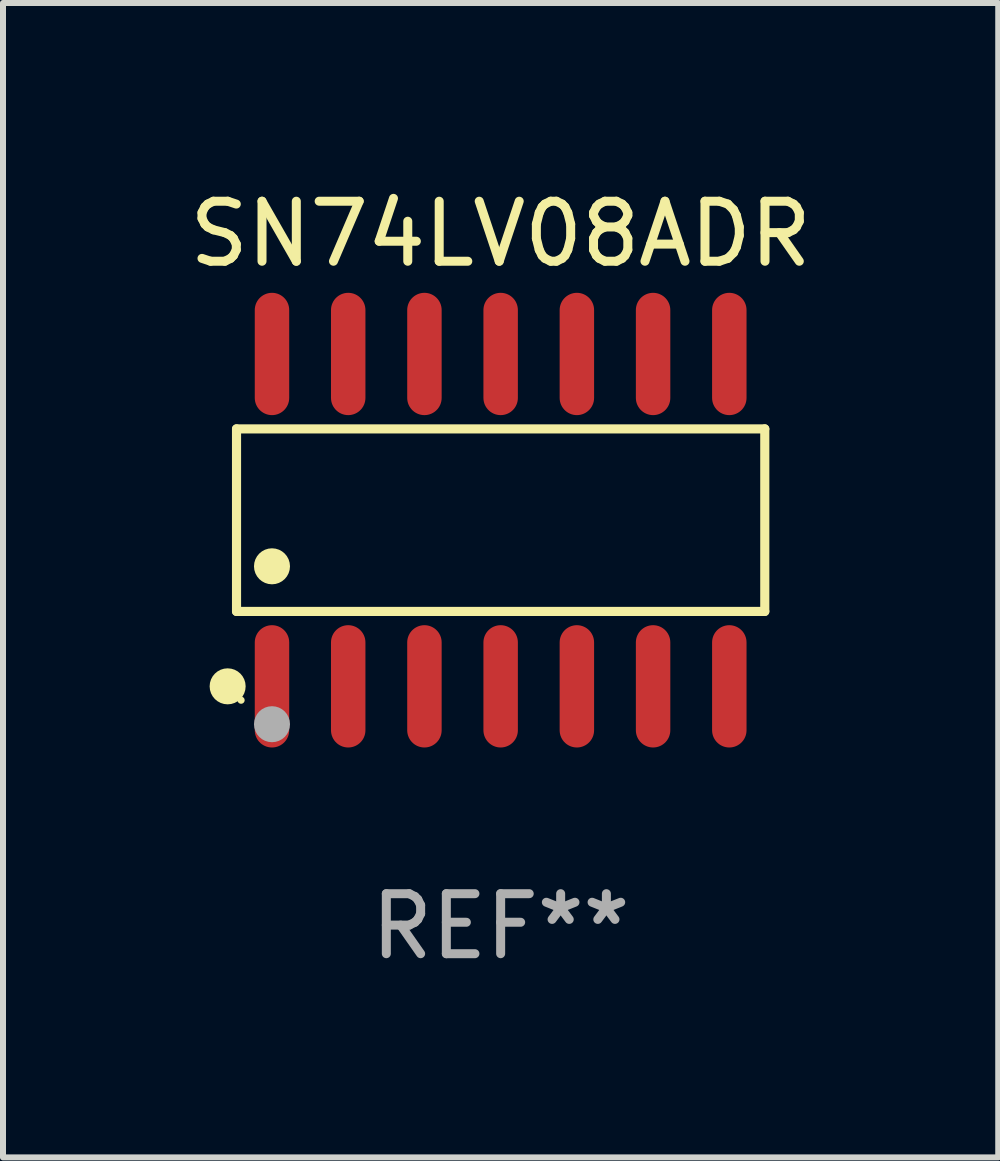
<source format=kicad_pcb>
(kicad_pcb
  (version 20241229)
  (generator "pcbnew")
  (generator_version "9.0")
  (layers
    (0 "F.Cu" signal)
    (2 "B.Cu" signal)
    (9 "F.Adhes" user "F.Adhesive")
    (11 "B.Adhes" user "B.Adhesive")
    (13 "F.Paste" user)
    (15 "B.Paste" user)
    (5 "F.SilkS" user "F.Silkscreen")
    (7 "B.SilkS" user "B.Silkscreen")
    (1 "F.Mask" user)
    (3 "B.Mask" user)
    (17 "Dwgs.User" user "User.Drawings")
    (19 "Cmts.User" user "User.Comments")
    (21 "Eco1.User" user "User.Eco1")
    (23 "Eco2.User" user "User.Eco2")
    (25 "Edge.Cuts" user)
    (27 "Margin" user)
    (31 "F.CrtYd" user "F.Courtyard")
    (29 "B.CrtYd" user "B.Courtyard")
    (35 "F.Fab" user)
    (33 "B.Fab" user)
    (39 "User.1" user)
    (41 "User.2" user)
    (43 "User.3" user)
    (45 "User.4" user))
  (footprint "SN74LV08ADR"
    (layer "F.Cu")
    (at 5.292 5.617)
    (property "Reference" "SN74LV08ADR" (at 0 -4.769 0) (layer "F.SilkS") (effects (font (size 1 1) (thickness 0.15))))
    (attr through_hole)
    (fp_line (start -4.401 -1.521) (end 4.401 -1.521) (stroke (width 0.152) (type solid)) (layer "F.SilkS"))
    (fp_line (start -4.401 1.521) (end -4.401 -1.521) (stroke (width 0.152) (type solid)) (layer "F.SilkS"))
    (fp_line (start 4.401 -1.521) (end 4.401 1.521) (stroke (width 0.152) (type solid)) (layer "F.SilkS"))
    (fp_line (start 4.401 1.521) (end -4.401 1.521) (stroke (width 0.152) (type solid)) (layer "F.SilkS"))
    (fp_circle (center -4.549 2.769) (end -4.399 2.769) (stroke (width 0.3) (type solid)) (fill no) (layer "F.SilkS"))
    (fp_circle (center -4.325 3) (end -4.295 3) (stroke (width 0.06) (type solid)) (fill no) (layer "F.SilkS"))
    (fp_circle (center -3.81 0.769) (end -3.66 0.769) (stroke (width 0.3) (type solid)) (fill no) (layer "F.SilkS"))
    (fp_circle (center -3.81 3.4) (end -3.66 3.4) (stroke (width 0.3) (type solid)) (fill no) (layer "F.Fab"))
    (fp_text user "REF**" (at 0 6.769 0) (layer "F.Fab") (effects (font (size 1 1) (thickness 0.15))))
    (pad "1" smd oval (at -3.81 2.769) (size 0.574 2.038) (layers "F.Cu" "F.Mask" "F.Paste"))
    (pad "2" smd oval (at -2.54 2.769) (size 0.574 2.038) (layers "F.Cu" "F.Mask" "F.Paste"))
    (pad "3" smd oval (at -1.27 2.769) (size 0.574 2.038) (layers "F.Cu" "F.Mask" "F.Paste"))
    (pad "4" smd oval (at 0 2.769) (size 0.574 2.038) (layers "F.Cu" "F.Mask" "F.Paste"))
    (pad "5" smd oval (at 1.27 2.769) (size 0.574 2.038) (layers "F.Cu" "F.Mask" "F.Paste"))
    (pad "6" smd oval (at 2.54 2.769) (size 0.574 2.038) (layers "F.Cu" "F.Mask" "F.Paste"))
    (pad "7" smd oval (at 3.81 2.769) (size 0.574 2.038) (layers "F.Cu" "F.Mask" "F.Paste"))
    (pad "8" smd oval (at 3.81 -2.769) (size 0.574 2.038) (layers "F.Cu" "F.Mask" "F.Paste"))
    (pad "9" smd oval (at 2.54 -2.769) (size 0.574 2.038) (layers "F.Cu" "F.Mask" "F.Paste"))
    (pad "10" smd oval (at 1.27 -2.769) (size 0.574 2.038) (layers "F.Cu" "F.Mask" "F.Paste"))
    (pad "11" smd oval (at 0 -2.769) (size 0.574 2.038) (layers "F.Cu" "F.Mask" "F.Paste"))
    (pad "12" smd oval (at -1.27 -2.769) (size 0.574 2.038) (layers "F.Cu" "F.Mask" "F.Paste"))
    (pad "13" smd oval (at -2.54 -2.769) (size 0.574 2.038) (layers "F.Cu" "F.Mask" "F.Paste"))
    (pad "14" smd oval (at -3.81 -2.769) (size 0.574 2.038) (layers "F.Cu" "F.Mask" "F.Paste")))
  (gr_rect
    (start -3 -3)
    (end 13.583 16.235)
    (stroke (width 0.1) (type default))
    (fill no)
    (layer "Edge.Cuts")))
</source>
